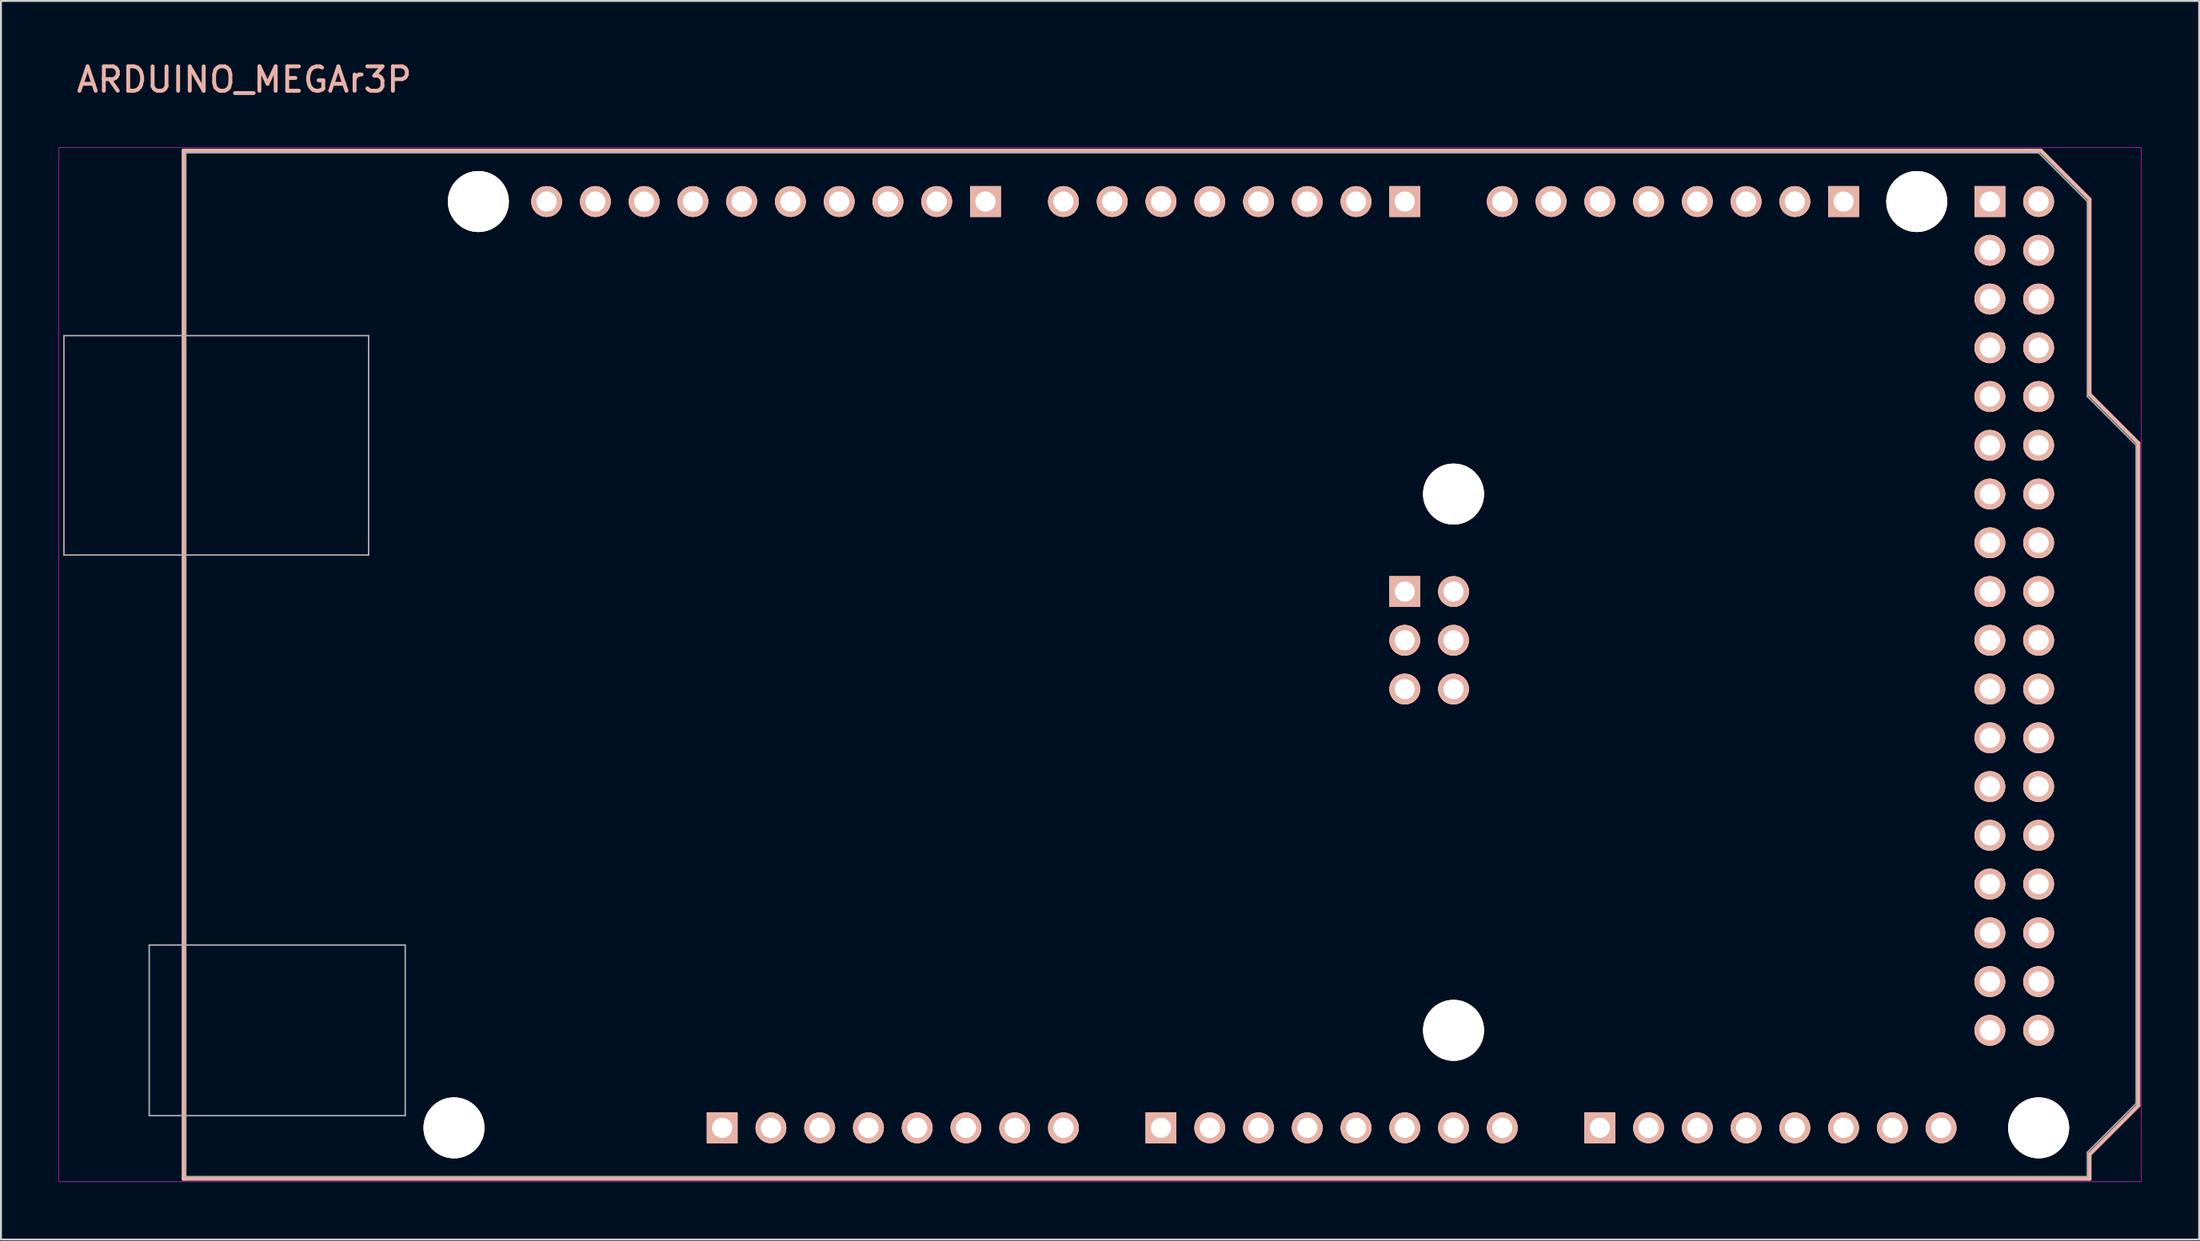
<source format=kicad_pcb>
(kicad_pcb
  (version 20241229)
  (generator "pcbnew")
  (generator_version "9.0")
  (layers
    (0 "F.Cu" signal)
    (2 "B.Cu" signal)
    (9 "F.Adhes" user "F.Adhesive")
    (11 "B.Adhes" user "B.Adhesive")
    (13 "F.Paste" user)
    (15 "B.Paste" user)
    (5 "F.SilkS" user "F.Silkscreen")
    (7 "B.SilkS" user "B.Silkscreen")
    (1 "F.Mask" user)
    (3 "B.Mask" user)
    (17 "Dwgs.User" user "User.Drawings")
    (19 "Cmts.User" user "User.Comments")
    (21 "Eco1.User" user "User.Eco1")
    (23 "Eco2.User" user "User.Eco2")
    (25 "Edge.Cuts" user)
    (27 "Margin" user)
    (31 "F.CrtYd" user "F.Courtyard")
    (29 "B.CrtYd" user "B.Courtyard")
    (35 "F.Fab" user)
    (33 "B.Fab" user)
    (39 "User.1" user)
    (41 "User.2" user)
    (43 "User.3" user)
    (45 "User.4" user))
  (footprint "ARDUINO_MEGAr3P"
    (layer "F.Cu")
    (at 6.629 58.25)
    (property "Reference" "ARDUINO_MEGAr3P" (at 3.048 -57.15 0) (layer "B.SilkS") (effects (font (size 1.27 1.27) (thickness 0.203))))
    (attr through_hole)
    (fp_line (start -0.114 0.114) (end -0.114 -53.454) (stroke (width 0.203) (type solid)) (layer "B.SilkS"))
    (fp_line (start 96.634 -53.454) (end -0.114 -53.454) (stroke (width 0.203) (type solid)) (layer "B.SilkS"))
    (fp_line (start 99.174 -50.914) (end 96.634 -53.454) (stroke (width 0.203) (type solid)) (layer "B.SilkS"))
    (fp_line (start 99.174 -40.754) (end 99.174 -50.914) (stroke (width 0.203) (type solid)) (layer "B.SilkS"))
    (fp_line (start 99.174 -40.754) (end 101.714 -38.214) (stroke (width 0.203) (type solid)) (layer "B.SilkS"))
    (fp_line (start 99.174 -1.156) (end 99.174 0.114) (stroke (width 0.203) (type solid)) (layer "B.SilkS"))
    (fp_line (start 99.174 0.114) (end -0.114 0.114) (stroke (width 0.203) (type solid)) (layer "B.SilkS"))
    (fp_line (start 101.714 -38.214) (end 101.714 -3.696) (stroke (width 0.203) (type solid)) (layer "B.SilkS"))
    (fp_line (start 101.714 -3.696) (end 99.174 -1.156) (stroke (width 0.203) (type solid)) (layer "B.SilkS"))
    (fp_line (start -6.617 -53.607) (end 101.867 -53.607) (stroke (width 0.025) (type solid)) (layer "F.CrtYd"))
    (fp_line (start -6.617 0.267) (end -6.617 -53.607) (stroke (width 0.025) (type solid)) (layer "F.CrtYd"))
    (fp_line (start 101.867 -53.607) (end 101.867 0.267) (stroke (width 0.025) (type solid)) (layer "F.CrtYd"))
    (fp_line (start 101.867 0.267) (end -6.617 0.267) (stroke (width 0.025) (type solid)) (layer "F.CrtYd"))
    (fp_line (start -6.35 -43.815) (end 9.525 -43.815) (stroke (width 0.076) (type solid)) (layer "F.Fab"))
    (fp_line (start -6.35 -32.385) (end -6.35 -43.815) (stroke (width 0.076) (type solid)) (layer "F.Fab"))
    (fp_line (start -1.905 -12.065) (end 11.43 -12.065) (stroke (width 0.076) (type solid)) (layer "F.Fab"))
    (fp_line (start -1.905 -3.175) (end -1.905 -12.065) (stroke (width 0.076) (type solid)) (layer "F.Fab"))
    (fp_line (start 0 0) (end 0 -53.34) (stroke (width 0.076) (type solid)) (layer "F.Fab"))
    (fp_line (start 9.525 -43.815) (end 9.525 -32.385) (stroke (width 0.076) (type solid)) (layer "F.Fab"))
    (fp_line (start 9.525 -32.385) (end -6.35 -32.385) (stroke (width 0.076) (type solid)) (layer "F.Fab"))
    (fp_line (start 11.43 -12.065) (end 11.43 -3.175) (stroke (width 0.076) (type solid)) (layer "F.Fab"))
    (fp_line (start 11.43 -3.175) (end -1.905 -3.175) (stroke (width 0.076) (type solid)) (layer "F.Fab"))
    (fp_line (start 96.52 -53.34) (end 0 -53.34) (stroke (width 0.076) (type solid)) (layer "F.Fab"))
    (fp_line (start 99.06 -50.8) (end 96.52 -53.34) (stroke (width 0.076) (type solid)) (layer "F.Fab"))
    (fp_line (start 99.06 -40.64) (end 99.06 -50.8) (stroke (width 0.076) (type solid)) (layer "F.Fab"))
    (fp_line (start 99.06 -40.64) (end 101.6 -38.1) (stroke (width 0.076) (type solid)) (layer "F.Fab"))
    (fp_line (start 99.06 -1.27) (end 99.06 0) (stroke (width 0.076) (type solid)) (layer "F.Fab"))
    (fp_line (start 99.06 0) (end 0 0) (stroke (width 0.076) (type solid)) (layer "F.Fab"))
    (fp_line (start 101.6 -38.1) (end 101.6 -3.81) (stroke (width 0.076) (type solid)) (layer "F.Fab"))
    (fp_line (start 101.6 -3.81) (end 99.06 -1.27) (stroke (width 0.076) (type solid)) (layer "F.Fab"))
    (pad "" np_thru_hole circle (at 13.97 -2.54 0.1) (size 3.175 3.175) (drill 3.175) (layers "*.Cu" "*.SilkS" "*.Mask"))
    (pad "" np_thru_hole circle (at 15.24 -50.8 0.1) (size 3.175 3.175) (drill 3.175) (layers "*.Cu" "*.SilkS" "*.Mask"))
    (pad "" np_thru_hole circle (at 66.04 -35.56 0.1) (size 3.175 3.175) (drill 3.175) (layers "*.Cu" "*.SilkS" "*.Mask"))
    (pad "" np_thru_hole circle (at 66.04 -7.62 0.1) (size 3.175 3.175) (drill 3.175) (layers "*.Cu" "*.SilkS" "*.Mask"))
    (pad "" np_thru_hole circle (at 90.17 -50.8 0.1) (size 3.175 3.175) (drill 3.175) (layers "*.Cu" "*.SilkS" "*.Mask"))
    (pad "" np_thru_hole circle (at 96.52 -2.54 0.1) (size 3.175 3.175) (drill 3.175) (layers "*.Cu" "*.SilkS" "*.Mask"))
    (pad "AH1" thru_hole rect (at 73.66 -2.54 270) (size 1.6 1.6) (drill 1.05) (layers "*.Cu" "*.SilkS" "*.Mask"))
    (pad "AH2" thru_hole circle (at 76.2 -2.54 270) (size 1.6 1.6) (drill 1.05) (layers "*.Cu" "*.SilkS" "*.Mask"))
    (pad "AH3" thru_hole circle (at 78.74 -2.54 270) (size 1.6 1.6) (drill 1.05) (layers "*.Cu" "*.SilkS" "*.Mask"))
    (pad "AH4" thru_hole circle (at 81.28 -2.54 270) (size 1.6 1.6) (drill 1.05) (layers "*.Cu" "*.SilkS" "*.Mask"))
    (pad "AH5" thru_hole circle (at 83.82 -2.54 270) (size 1.6 1.6) (drill 1.05) (layers "*.Cu" "*.SilkS" "*.Mask"))
    (pad "AH6" thru_hole circle (at 86.36 -2.54 270) (size 1.6 1.6) (drill 1.05) (layers "*.Cu" "*.SilkS" "*.Mask"))
    (pad "AH7" thru_hole circle (at 88.9 -2.54 270) (size 1.6 1.6) (drill 1.05) (layers "*.Cu" "*.SilkS" "*.Mask"))
    (pad "AH8" thru_hole circle (at 91.44 -2.54 270) (size 1.6 1.6) (drill 1.05) (layers "*.Cu" "*.SilkS" "*.Mask"))
    (pad "AL1" thru_hole rect (at 50.8 -2.54 270) (size 1.6 1.6) (drill 1.05) (layers "*.Cu" "*.SilkS" "*.Mask"))
    (pad "AL2" thru_hole circle (at 53.34 -2.54 270) (size 1.6 1.6) (drill 1.05) (layers "*.Cu" "*.SilkS" "*.Mask"))
    (pad "AL3" thru_hole circle (at 55.88 -2.54 270) (size 1.6 1.6) (drill 1.05) (layers "*.Cu" "*.SilkS" "*.Mask"))
    (pad "AL4" thru_hole circle (at 58.42 -2.54 270) (size 1.6 1.6) (drill 1.05) (layers "*.Cu" "*.SilkS" "*.Mask"))
    (pad "AL5" thru_hole circle (at 60.96 -2.54 270) (size 1.6 1.6) (drill 1.05) (layers "*.Cu" "*.SilkS" "*.Mask"))
    (pad "AL6" thru_hole circle (at 63.5 -2.54 270) (size 1.6 1.6) (drill 1.05) (layers "*.Cu" "*.SilkS" "*.Mask"))
    (pad "AL7" thru_hole circle (at 66.04 -2.54 270) (size 1.6 1.6) (drill 1.05) (layers "*.Cu" "*.SilkS" "*.Mask"))
    (pad "AL8" thru_hole circle (at 68.58 -2.54 270) (size 1.6 1.6) (drill 1.05) (layers "*.Cu" "*.SilkS" "*.Mask"))
    (pad "COM1" thru_hole rect (at 86.36 -50.8 90) (size 1.6 1.6) (drill 1.05) (layers "*.Cu" "*.SilkS" "*.Mask"))
    (pad "COM2" thru_hole circle (at 83.82 -50.8 90) (size 1.6 1.6) (drill 1.05) (layers "*.Cu" "*.SilkS" "*.Mask"))
    (pad "COM3" thru_hole circle (at 81.28 -50.8 90) (size 1.6 1.6) (drill 1.05) (layers "*.Cu" "*.SilkS" "*.Mask"))
    (pad "COM4" thru_hole circle (at 78.74 -50.8 90) (size 1.6 1.6) (drill 1.05) (layers "*.Cu" "*.SilkS" "*.Mask"))
    (pad "COM5" thru_hole circle (at 76.2 -50.8 90) (size 1.6 1.6) (drill 1.05) (layers "*.Cu" "*.SilkS" "*.Mask"))
    (pad "COM6" thru_hole circle (at 73.66 -50.8 90) (size 1.6 1.6) (drill 1.05) (layers "*.Cu" "*.SilkS" "*.Mask"))
    (pad "COM7" thru_hole circle (at 71.12 -50.8 90) (size 1.6 1.6) (drill 1.05) (layers "*.Cu" "*.SilkS" "*.Mask"))
    (pad "COM8" thru_hole circle (at 68.58 -50.8 90) (size 1.6 1.6) (drill 1.05) (layers "*.Cu" "*.SilkS" "*.Mask"))
    (pad "H1" thru_hole rect (at 41.656 -50.8 90) (size 1.6 1.6) (drill 1.05) (layers "*.Cu" "*.SilkS" "*.Mask"))
    (pad "H2" thru_hole circle (at 39.116 -50.8 90) (size 1.6 1.6) (drill 1.05) (layers "*.Cu" "*.SilkS" "*.Mask"))
    (pad "H3" thru_hole circle (at 36.576 -50.8 90) (size 1.6 1.6) (drill 1.05) (layers "*.Cu" "*.SilkS" "*.Mask"))
    (pad "H4" thru_hole circle (at 34.036 -50.8 90) (size 1.6 1.6) (drill 1.05) (layers "*.Cu" "*.SilkS" "*.Mask"))
    (pad "H5" thru_hole circle (at 31.496 -50.8 90) (size 1.6 1.6) (drill 1.05) (layers "*.Cu" "*.SilkS" "*.Mask"))
    (pad "H6" thru_hole circle (at 28.956 -50.8 90) (size 1.6 1.6) (drill 1.05) (layers "*.Cu" "*.SilkS" "*.Mask"))
    (pad "H7" thru_hole circle (at 26.416 -50.8 90) (size 1.6 1.6) (drill 1.05) (layers "*.Cu" "*.SilkS" "*.Mask"))
    (pad "H8" thru_hole circle (at 23.876 -50.8 90) (size 1.6 1.6) (drill 1.05) (layers "*.Cu" "*.SilkS" "*.Mask"))
    (pad "H9" thru_hole circle (at 21.336 -50.8 90) (size 1.6 1.6) (drill 1.05) (layers "*.Cu" "*.SilkS" "*.Mask"))
    (pad "H10" thru_hole circle (at 18.796 -50.8 90) (size 1.6 1.6) (drill 1.05) (layers "*.Cu" "*.SilkS" "*.Mask"))
    (pad "ISP1" thru_hole rect (at 63.5 -30.48 180) (size 1.6 1.6) (drill 1.05) (layers "*.Cu" "*.SilkS" "*.Mask"))
    (pad "ISP2" thru_hole circle (at 66.04 -30.48) (size 1.6 1.6) (drill 1.05) (layers "*.Cu" "*.SilkS" "*.Mask"))
    (pad "ISP3" thru_hole circle (at 63.5 -27.94 180) (size 1.6 1.6) (drill 1.05) (layers "*.Cu" "*.SilkS" "*.Mask"))
    (pad "ISP4" thru_hole circle (at 66.04 -27.94) (size 1.6 1.6) (drill 1.05) (layers "*.Cu" "*.SilkS" "*.Mask"))
    (pad "ISP5" thru_hole circle (at 63.5 -25.4 180) (size 1.6 1.6) (drill 1.05) (layers "*.Cu" "*.SilkS" "*.Mask"))
    (pad "ISP6" thru_hole circle (at 66.04 -25.4) (size 1.6 1.6) (drill 1.05) (layers "*.Cu" "*.SilkS" "*.Mask"))
    (pad "L1" thru_hole rect (at 63.5 -50.8 90) (size 1.6 1.6) (drill 1.05) (layers "*.Cu" "*.SilkS" "*.Mask"))
    (pad "L2" thru_hole circle (at 60.96 -50.8 90) (size 1.6 1.6) (drill 1.05) (layers "*.Cu" "*.SilkS" "*.Mask"))
    (pad "L3" thru_hole circle (at 58.42 -50.8 90) (size 1.6 1.6) (drill 1.05) (layers "*.Cu" "*.SilkS" "*.Mask"))
    (pad "L4" thru_hole circle (at 55.88 -50.8 90) (size 1.6 1.6) (drill 1.05) (layers "*.Cu" "*.SilkS" "*.Mask"))
    (pad "L5" thru_hole circle (at 53.34 -50.8 90) (size 1.6 1.6) (drill 1.05) (layers "*.Cu" "*.SilkS" "*.Mask"))
    (pad "L6" thru_hole circle (at 50.8 -50.8 90) (size 1.6 1.6) (drill 1.05) (layers "*.Cu" "*.SilkS" "*.Mask"))
    (pad "L7" thru_hole circle (at 48.26 -50.8 90) (size 1.6 1.6) (drill 1.05) (layers "*.Cu" "*.SilkS" "*.Mask"))
    (pad "L8" thru_hole circle (at 45.72 -50.8 90) (size 1.6 1.6) (drill 1.05) (layers "*.Cu" "*.SilkS" "*.Mask"))
    (pad "P1" thru_hole rect (at 27.94 -2.54 270) (size 1.6 1.6) (drill 1.05) (layers "*.Cu" "*.SilkS" "*.Mask"))
    (pad "P2" thru_hole circle (at 30.48 -2.54 270) (size 1.6 1.6) (drill 1.05) (layers "*.Cu" "*.SilkS" "*.Mask"))
    (pad "P3" thru_hole circle (at 33.02 -2.54 270) (size 1.6 1.6) (drill 1.05) (layers "*.Cu" "*.SilkS" "*.Mask"))
    (pad "P4" thru_hole circle (at 35.56 -2.54 270) (size 1.6 1.6) (drill 1.05) (layers "*.Cu" "*.SilkS" "*.Mask"))
    (pad "P5" thru_hole circle (at 38.1 -2.54 270) (size 1.6 1.6) (drill 1.05) (layers "*.Cu" "*.SilkS" "*.Mask"))
    (pad "P6" thru_hole circle (at 40.64 -2.54 270) (size 1.6 1.6) (drill 1.05) (layers "*.Cu" "*.SilkS" "*.Mask"))
    (pad "P7" thru_hole circle (at 43.18 -2.54 270) (size 1.6 1.6) (drill 1.05) (layers "*.Cu" "*.SilkS" "*.Mask"))
    (pad "P8" thru_hole circle (at 45.72 -2.54 270) (size 1.6 1.6) (drill 1.05) (layers "*.Cu" "*.SilkS" "*.Mask"))
    (pad "X1" thru_hole rect (at 93.98 -50.8 180) (size 1.6 1.6) (drill 1.05) (layers "*.Cu" "*.SilkS" "*.Mask"))
    (pad "X2" thru_hole circle (at 96.52 -50.8) (size 1.6 1.6) (drill 1.05) (layers "*.Cu" "*.SilkS" "*.Mask"))
    (pad "X3" thru_hole circle (at 93.98 -48.26 180) (size 1.6 1.6) (drill 1.05) (layers "*.Cu" "*.SilkS" "*.Mask"))
    (pad "X4" thru_hole circle (at 96.52 -48.26) (size 1.6 1.6) (drill 1.05) (layers "*.Cu" "*.SilkS" "*.Mask"))
    (pad "X5" thru_hole circle (at 93.98 -45.72 180) (size 1.6 1.6) (drill 1.05) (layers "*.Cu" "*.SilkS" "*.Mask"))
    (pad "X6" thru_hole circle (at 96.52 -45.72) (size 1.6 1.6) (drill 1.05) (layers "*.Cu" "*.SilkS" "*.Mask"))
    (pad "X7" thru_hole circle (at 93.98 -43.18 180) (size 1.6 1.6) (drill 1.05) (layers "*.Cu" "*.SilkS" "*.Mask"))
    (pad "X8" thru_hole circle (at 96.52 -43.18) (size 1.6 1.6) (drill 1.05) (layers "*.Cu" "*.SilkS" "*.Mask"))
    (pad "X9" thru_hole circle (at 93.98 -40.64 180) (size 1.6 1.6) (drill 1.05) (layers "*.Cu" "*.SilkS" "*.Mask"))
    (pad "X10" thru_hole circle (at 96.52 -40.64) (size 1.6 1.6) (drill 1.05) (layers "*.Cu" "*.SilkS" "*.Mask"))
    (pad "X11" thru_hole circle (at 93.98 -38.1 180) (size 1.6 1.6) (drill 1.05) (layers "*.Cu" "*.SilkS" "*.Mask"))
    (pad "X12" thru_hole circle (at 96.52 -38.1) (size 1.6 1.6) (drill 1.05) (layers "*.Cu" "*.SilkS" "*.Mask"))
    (pad "X13" thru_hole circle (at 93.98 -35.56 180) (size 1.6 1.6) (drill 1.05) (layers "*.Cu" "*.SilkS" "*.Mask"))
    (pad "X14" thru_hole circle (at 96.52 -35.56) (size 1.6 1.6) (drill 1.05) (layers "*.Cu" "*.SilkS" "*.Mask"))
    (pad "X15" thru_hole circle (at 93.98 -33.02 180) (size 1.6 1.6) (drill 1.05) (layers "*.Cu" "*.SilkS" "*.Mask"))
    (pad "X16" thru_hole circle (at 96.52 -33.02) (size 1.6 1.6) (drill 1.05) (layers "*.Cu" "*.SilkS" "*.Mask"))
    (pad "X17" thru_hole circle (at 93.98 -30.48 180) (size 1.6 1.6) (drill 1.05) (layers "*.Cu" "*.SilkS" "*.Mask"))
    (pad "X18" thru_hole circle (at 96.52 -30.48) (size 1.6 1.6) (drill 1.05) (layers "*.Cu" "*.SilkS" "*.Mask"))
    (pad "X19" thru_hole circle (at 93.98 -27.94 180) (size 1.6 1.6) (drill 1.05) (layers "*.Cu" "*.SilkS" "*.Mask"))
    (pad "X20" thru_hole circle (at 96.52 -27.94) (size 1.6 1.6) (drill 1.05) (layers "*.Cu" "*.SilkS" "*.Mask"))
    (pad "X21" thru_hole circle (at 93.98 -25.4 180) (size 1.6 1.6) (drill 1.05) (layers "*.Cu" "*.SilkS" "*.Mask"))
    (pad "X22" thru_hole circle (at 96.52 -25.4) (size 1.6 1.6) (drill 1.05) (layers "*.Cu" "*.SilkS" "*.Mask"))
    (pad "X23" thru_hole circle (at 93.98 -22.86 180) (size 1.6 1.6) (drill 1.05) (layers "*.Cu" "*.SilkS" "*.Mask"))
    (pad "X24" thru_hole circle (at 96.52 -22.86) (size 1.6 1.6) (drill 1.05) (layers "*.Cu" "*.SilkS" "*.Mask"))
    (pad "X25" thru_hole circle (at 93.98 -20.32 180) (size 1.6 1.6) (drill 1.05) (layers "*.Cu" "*.SilkS" "*.Mask"))
    (pad "X26" thru_hole circle (at 96.52 -20.32) (size 1.6 1.6) (drill 1.05) (layers "*.Cu" "*.SilkS" "*.Mask"))
    (pad "X27" thru_hole circle (at 93.98 -17.78 180) (size 1.6 1.6) (drill 1.05) (layers "*.Cu" "*.SilkS" "*.Mask"))
    (pad "X28" thru_hole circle (at 96.52 -17.78) (size 1.6 1.6) (drill 1.05) (layers "*.Cu" "*.SilkS" "*.Mask"))
    (pad "X29" thru_hole circle (at 93.98 -15.24 180) (size 1.6 1.6) (drill 1.05) (layers "*.Cu" "*.SilkS" "*.Mask"))
    (pad "X30" thru_hole circle (at 96.52 -15.24) (size 1.6 1.6) (drill 1.05) (layers "*.Cu" "*.SilkS" "*.Mask"))
    (pad "X31" thru_hole circle (at 93.98 -12.7 180) (size 1.6 1.6) (drill 1.05) (layers "*.Cu" "*.SilkS" "*.Mask"))
    (pad "X32" thru_hole circle (at 96.52 -12.7) (size 1.6 1.6) (drill 1.05) (layers "*.Cu" "*.SilkS" "*.Mask"))
    (pad "X33" thru_hole circle (at 93.98 -10.16 180) (size 1.6 1.6) (drill 1.05) (layers "*.Cu" "*.SilkS" "*.Mask"))
    (pad "X34" thru_hole circle (at 96.52 -10.16) (size 1.6 1.6) (drill 1.05) (layers "*.Cu" "*.SilkS" "*.Mask"))
    (pad "X35" thru_hole circle (at 93.98 -7.62 180) (size 1.6 1.6) (drill 1.05) (layers "*.Cu" "*.SilkS" "*.Mask"))
    (pad "X36" thru_hole circle (at 96.52 -7.62) (size 1.6 1.6) (drill 1.05) (layers "*.Cu" "*.SilkS" "*.Mask")))
  (gr_rect
    (start -3 -3)
    (end 111.509 61.529)
    (stroke (width 0.1) (type default))
    (fill no)
    (layer "Edge.Cuts")))
</source>
